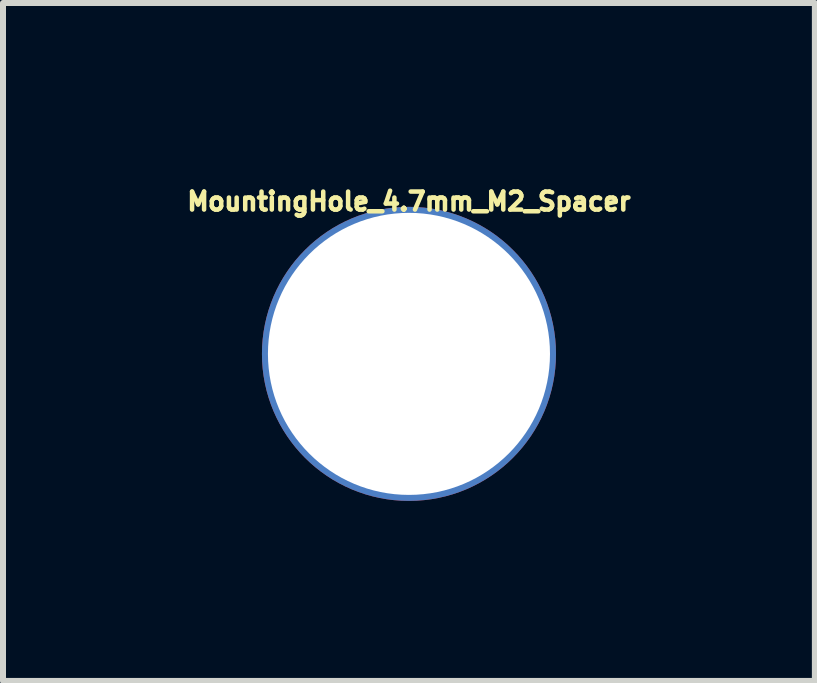
<source format=kicad_pcb>
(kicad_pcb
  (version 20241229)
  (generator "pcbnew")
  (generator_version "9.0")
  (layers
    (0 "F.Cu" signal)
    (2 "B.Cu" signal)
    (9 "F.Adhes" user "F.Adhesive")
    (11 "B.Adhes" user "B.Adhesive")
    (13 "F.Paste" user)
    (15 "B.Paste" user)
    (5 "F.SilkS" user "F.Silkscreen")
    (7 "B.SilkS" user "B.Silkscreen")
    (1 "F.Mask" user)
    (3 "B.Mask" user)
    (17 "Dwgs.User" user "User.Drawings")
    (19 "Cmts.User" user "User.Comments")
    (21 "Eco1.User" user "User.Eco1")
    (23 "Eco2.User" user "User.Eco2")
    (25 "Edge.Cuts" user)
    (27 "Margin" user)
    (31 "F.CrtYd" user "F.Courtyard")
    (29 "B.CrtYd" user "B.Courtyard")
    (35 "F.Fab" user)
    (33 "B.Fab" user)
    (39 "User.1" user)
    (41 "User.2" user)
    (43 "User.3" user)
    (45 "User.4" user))
  (footprint "MountingHole_4.7mm_M2_Spacer"
    (layer "F.Cu")
    (at 3.765 2.847)
    (property "Reference" "MountingHole_4.7mm_M2_Spacer" (at 0 -2.54 0) (layer "F.SilkS") (effects (font (size 0.3 0.3) (thickness 0.076))))
    (attr through_hole)
    (pad "" thru_hole circle (at 0 0 90) (size 4.9 4.9) (drill 4.7) (layers "*.Cu" "*.Mask")))
  (gr_rect
    (start -3 -3)
    (end 10.529 8.297)
    (stroke (width 0.1) (type default))
    (fill no)
    (layer "Edge.Cuts")))
</source>
